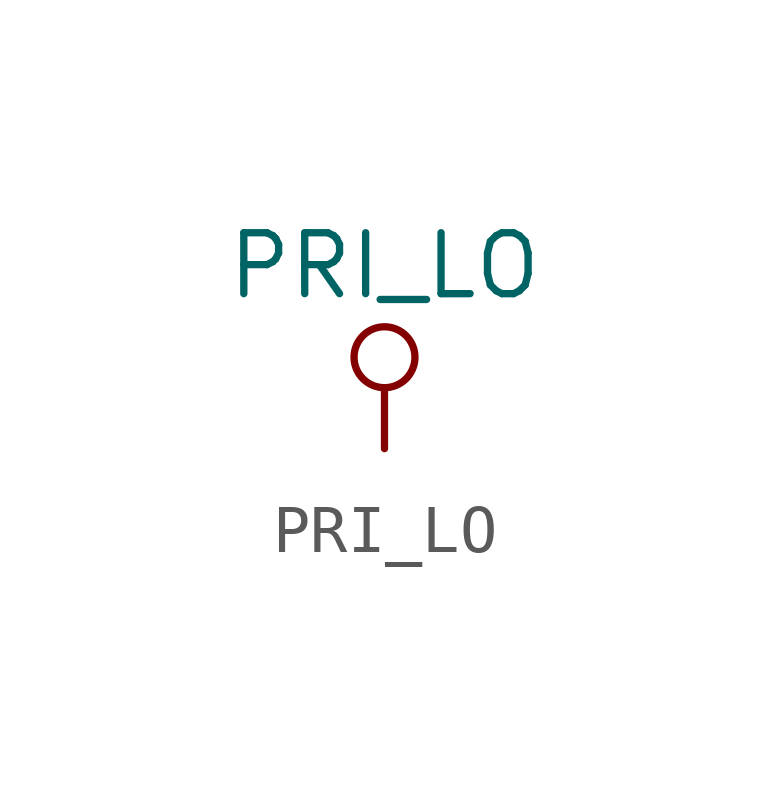
<source format=kicad_sym>
(kicad_symbol_lib
  (version 20220914)
  (generator kicad_symbol_editor)
  (symbol "PRI_LO"
    (power)
    (pin_names
      (offset 0))
    (property "Reference" "#PWR"
      (at 0 -3.81 0)
      (effects (font (size 1.27 1.27)) hide))
    (property "Value" "PRI_LO"
      (at 0 3.81 0)
      (effects (font (size 1.27 1.27))))
    (symbol "PRI_LO_0_1"
      (polyline (pts (xy 0 0) (xy 0 1.27)) (stroke (width 0) (type solid)) (fill (type none)))
      (circle (center 0 1.905) (radius 0.635) (stroke (width 0) (type solid)) (fill (type none))))
    (symbol "PRI_LO_1_1"
      (pin power_in line (at 0 0 90) (length 0) hide (name "PRI_LO" (effects (font (size 1.27 1.27)))) (number "1" (effects (font (size 1.27 1.27))))))))
</source>
